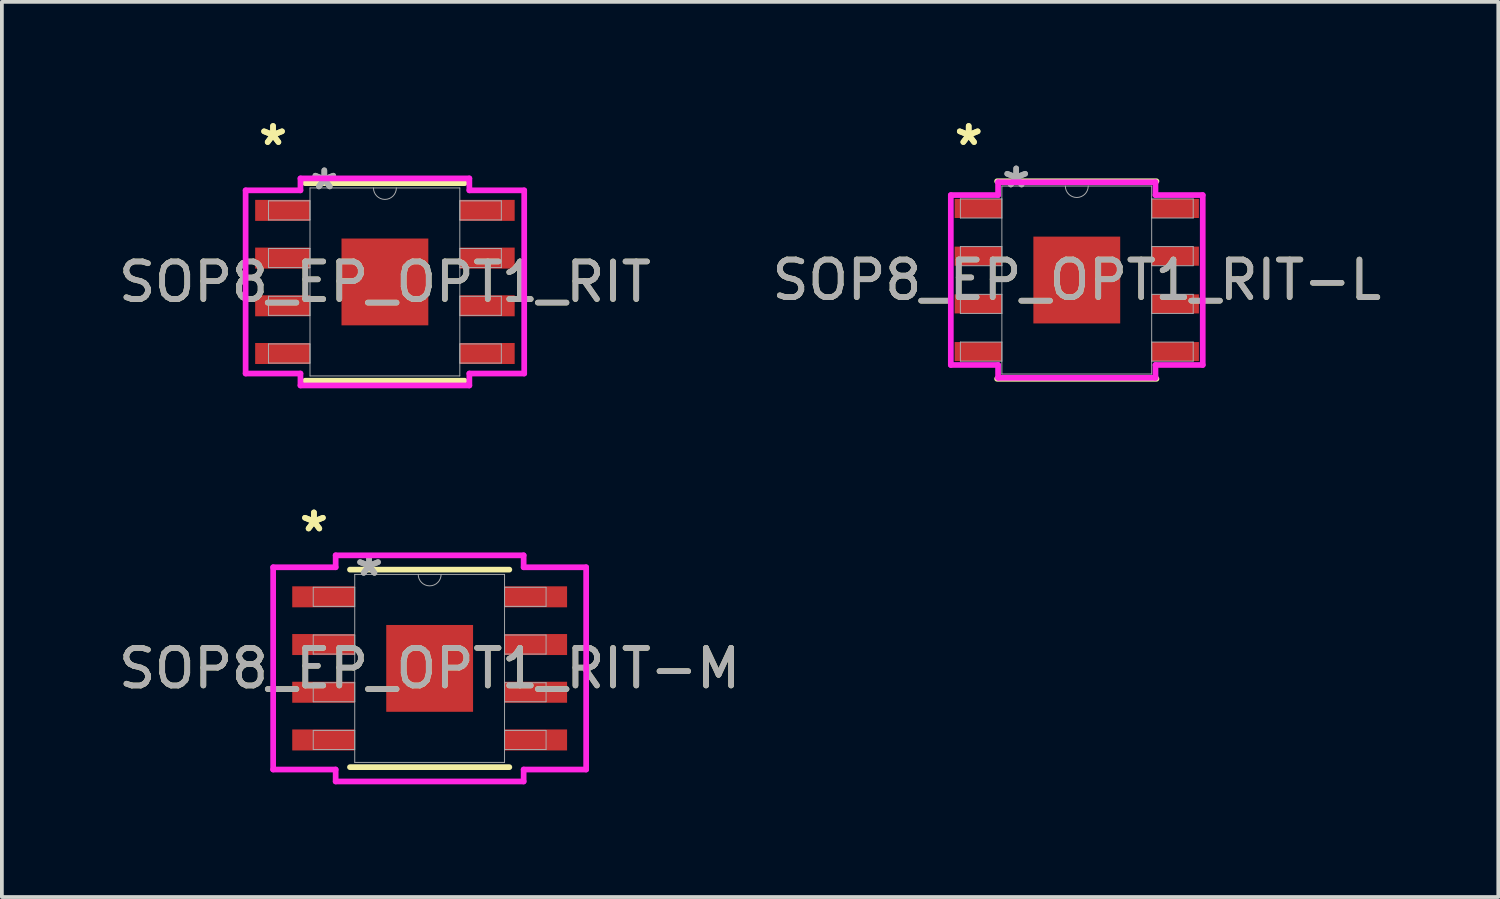
<source format=kicad_pcb>
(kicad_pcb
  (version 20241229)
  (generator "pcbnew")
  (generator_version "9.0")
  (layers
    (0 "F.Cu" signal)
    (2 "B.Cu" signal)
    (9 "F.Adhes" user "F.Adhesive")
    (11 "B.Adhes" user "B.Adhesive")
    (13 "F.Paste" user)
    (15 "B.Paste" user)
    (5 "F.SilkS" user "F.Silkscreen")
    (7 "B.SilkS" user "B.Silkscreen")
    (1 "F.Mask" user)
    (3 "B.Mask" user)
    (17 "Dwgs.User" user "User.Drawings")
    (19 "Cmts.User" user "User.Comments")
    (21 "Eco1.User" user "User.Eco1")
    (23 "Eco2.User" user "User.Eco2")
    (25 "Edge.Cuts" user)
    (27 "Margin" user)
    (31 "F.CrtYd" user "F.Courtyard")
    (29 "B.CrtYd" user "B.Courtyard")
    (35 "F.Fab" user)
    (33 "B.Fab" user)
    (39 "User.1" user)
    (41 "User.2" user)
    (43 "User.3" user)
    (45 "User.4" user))
  (footprint "SOP8_EP_OPT1_RIT-M"
    (layer "F.Cu")
    (at 8.387 14.742)
    (property "Reference" "SOP8_EP_OPT1_RIT-M" (at 0 0 0) (unlocked yes) (layer "F.SilkS") (effects (font (size 1 1) (thickness 0.15))))
    (attr smd)
    (fp_line (start -2.121 2.629) (end 2.121 2.629) (stroke (width 0.152) (type solid)) (layer "F.SilkS"))
    (fp_line (start 2.121 -2.629) (end -2.121 -2.629) (stroke (width 0.152) (type solid)) (layer "F.SilkS"))
    (fp_line (start -4.166 -2.692) (end -2.502 -2.692) (stroke (width 0.152) (type solid)) (layer "F.CrtYd"))
    (fp_line (start -4.166 2.692) (end -4.166 -2.692) (stroke (width 0.152) (type solid)) (layer "F.CrtYd"))
    (fp_line (start -4.166 2.692) (end -2.502 2.692) (stroke (width 0.152) (type solid)) (layer "F.CrtYd"))
    (fp_line (start -2.502 -3.01) (end 2.502 -3.01) (stroke (width 0.152) (type solid)) (layer "F.CrtYd"))
    (fp_line (start -2.502 -2.692) (end -2.502 -3.01) (stroke (width 0.152) (type solid)) (layer "F.CrtYd"))
    (fp_line (start -2.502 3.01) (end -2.502 2.692) (stroke (width 0.152) (type solid)) (layer "F.CrtYd"))
    (fp_line (start 2.502 -3.01) (end 2.502 -2.692) (stroke (width 0.152) (type solid)) (layer "F.CrtYd"))
    (fp_line (start 2.502 2.692) (end 2.502 3.01) (stroke (width 0.152) (type solid)) (layer "F.CrtYd"))
    (fp_line (start 2.502 3.01) (end -2.502 3.01) (stroke (width 0.152) (type solid)) (layer "F.CrtYd"))
    (fp_line (start 4.166 -2.692) (end 2.502 -2.692) (stroke (width 0.152) (type solid)) (layer "F.CrtYd"))
    (fp_line (start 4.166 -2.692) (end 4.166 2.692) (stroke (width 0.152) (type solid)) (layer "F.CrtYd"))
    (fp_line (start 4.166 2.692) (end 2.502 2.692) (stroke (width 0.152) (type solid)) (layer "F.CrtYd"))
    (fp_line (start -3.099 -2.159) (end -3.099 -1.651) (stroke (width 0.025) (type solid)) (layer "F.Fab"))
    (fp_line (start -3.099 -1.651) (end -1.994 -1.651) (stroke (width 0.025) (type solid)) (layer "F.Fab"))
    (fp_line (start -3.099 -0.889) (end -3.099 -0.381) (stroke (width 0.025) (type solid)) (layer "F.Fab"))
    (fp_line (start -3.099 -0.381) (end -1.994 -0.381) (stroke (width 0.025) (type solid)) (layer "F.Fab"))
    (fp_line (start -3.099 0.381) (end -3.099 0.889) (stroke (width 0.025) (type solid)) (layer "F.Fab"))
    (fp_line (start -3.099 0.889) (end -1.994 0.889) (stroke (width 0.025) (type solid)) (layer "F.Fab"))
    (fp_line (start -3.099 1.651) (end -3.099 2.159) (stroke (width 0.025) (type solid)) (layer "F.Fab"))
    (fp_line (start -3.099 2.159) (end -1.994 2.159) (stroke (width 0.025) (type solid)) (layer "F.Fab"))
    (fp_line (start -1.994 -2.502) (end -1.994 2.502) (stroke (width 0.025) (type solid)) (layer "F.Fab"))
    (fp_line (start -1.994 -2.159) (end -3.099 -2.159) (stroke (width 0.025) (type solid)) (layer "F.Fab"))
    (fp_line (start -1.994 -1.651) (end -1.994 -2.159) (stroke (width 0.025) (type solid)) (layer "F.Fab"))
    (fp_line (start -1.994 -0.889) (end -3.099 -0.889) (stroke (width 0.025) (type solid)) (layer "F.Fab"))
    (fp_line (start -1.994 -0.381) (end -1.994 -0.889) (stroke (width 0.025) (type solid)) (layer "F.Fab"))
    (fp_line (start -1.994 0.381) (end -3.099 0.381) (stroke (width 0.025) (type solid)) (layer "F.Fab"))
    (fp_line (start -1.994 0.889) (end -1.994 0.381) (stroke (width 0.025) (type solid)) (layer "F.Fab"))
    (fp_line (start -1.994 1.651) (end -3.099 1.651) (stroke (width 0.025) (type solid)) (layer "F.Fab"))
    (fp_line (start -1.994 2.159) (end -1.994 1.651) (stroke (width 0.025) (type solid)) (layer "F.Fab"))
    (fp_line (start -1.994 2.502) (end 1.994 2.502) (stroke (width 0.025) (type solid)) (layer "F.Fab"))
    (fp_line (start 1.994 -2.502) (end -1.994 -2.502) (stroke (width 0.025) (type solid)) (layer "F.Fab"))
    (fp_line (start 1.994 -2.159) (end 1.994 -1.651) (stroke (width 0.025) (type solid)) (layer "F.Fab"))
    (fp_line (start 1.994 -1.651) (end 3.099 -1.651) (stroke (width 0.025) (type solid)) (layer "F.Fab"))
    (fp_line (start 1.994 -0.889) (end 1.994 -0.381) (stroke (width 0.025) (type solid)) (layer "F.Fab"))
    (fp_line (start 1.994 -0.381) (end 3.099 -0.381) (stroke (width 0.025) (type solid)) (layer "F.Fab"))
    (fp_line (start 1.994 0.381) (end 1.994 0.889) (stroke (width 0.025) (type solid)) (layer "F.Fab"))
    (fp_line (start 1.994 0.889) (end 3.099 0.889) (stroke (width 0.025) (type solid)) (layer "F.Fab"))
    (fp_line (start 1.994 1.651) (end 1.994 2.159) (stroke (width 0.025) (type solid)) (layer "F.Fab"))
    (fp_line (start 1.994 2.159) (end 3.099 2.159) (stroke (width 0.025) (type solid)) (layer "F.Fab"))
    (fp_line (start 1.994 2.502) (end 1.994 -2.502) (stroke (width 0.025) (type solid)) (layer "F.Fab"))
    (fp_line (start 3.099 -2.159) (end 1.994 -2.159) (stroke (width 0.025) (type solid)) (layer "F.Fab"))
    (fp_line (start 3.099 -1.651) (end 3.099 -2.159) (stroke (width 0.025) (type solid)) (layer "F.Fab"))
    (fp_line (start 3.099 -0.889) (end 1.994 -0.889) (stroke (width 0.025) (type solid)) (layer "F.Fab"))
    (fp_line (start 3.099 -0.381) (end 3.099 -0.889) (stroke (width 0.025) (type solid)) (layer "F.Fab"))
    (fp_line (start 3.099 0.381) (end 1.994 0.381) (stroke (width 0.025) (type solid)) (layer "F.Fab"))
    (fp_line (start 3.099 0.889) (end 3.099 0.381) (stroke (width 0.025) (type solid)) (layer "F.Fab"))
    (fp_line (start 3.099 1.651) (end 1.994 1.651) (stroke (width 0.025) (type solid)) (layer "F.Fab"))
    (fp_line (start 3.099 2.159) (end 3.099 1.651) (stroke (width 0.025) (type solid)) (layer "F.Fab"))
    (fp_arc (start 0.3048 -2.5019) (mid 0 -2.1971) (end -0.3048 -2.5019) (stroke (width 0.0254) (type solid)) (layer "F.Fab"))
    (fp_text user "*" (at -3.08 -3.607 0) (layer "F.SilkS") (effects (font (size 1 1) (thickness 0.15))))
    (fp_text user "*" (at -3.08 -3.607 0) (unlocked yes) (layer "F.SilkS") (effects (font (size 1 1) (thickness 0.15))))
    (fp_text user "*" (at -1.613 -2.426 0) (layer "F.Fab") (effects (font (size 1 1) (thickness 0.15))))
    (fp_text user "*" (at -1.613 -2.426 0) (unlocked yes) (layer "F.Fab") (effects (font (size 1 1) (thickness 0.15))))
    (fp_text user "${REFERENCE}" (at 0 0 0) (unlocked yes) (layer "F.Fab") (effects (font (size 1 1) (thickness 0.15))))
    (pad "1" smd rect (at -2.826 -1.905) (size 1.664 0.559) (layers "F.Cu" "F.Mask" "F.Paste"))
    (pad "2" smd rect (at -2.826 -0.635) (size 1.664 0.559) (layers "F.Cu" "F.Mask" "F.Paste"))
    (pad "3" smd rect (at -2.826 0.635) (size 1.664 0.559) (layers "F.Cu" "F.Mask" "F.Paste"))
    (pad "4" smd rect (at -2.826 1.905) (size 1.664 0.559) (layers "F.Cu" "F.Mask" "F.Paste"))
    (pad "5" smd rect (at 2.826 1.905) (size 1.664 0.559) (layers "F.Cu" "F.Mask" "F.Paste"))
    (pad "6" smd rect (at 2.826 0.635) (size 1.664 0.559) (layers "F.Cu" "F.Mask" "F.Paste"))
    (pad "7" smd rect (at 2.826 -0.635) (size 1.664 0.559) (layers "F.Cu" "F.Mask" "F.Paste"))
    (pad "8" smd rect (at 2.826 -1.905) (size 1.664 0.559) (layers "F.Cu" "F.Mask" "F.Paste"))
    (pad "EPAD" smd rect (at 0 0) (size 2.311 2.311) (layers "F.Cu" "F.Mask" "F.Paste")))
  (footprint "SOP8_EP_OPT1_RIT-L"
    (layer "F.Cu")
    (at 25.613 4.404)
    (property "Reference" "SOP8_EP_OPT1_RIT-L" (at 0 0 0) (unlocked yes) (layer "F.SilkS") (effects (font (size 1 1) (thickness 0.15))))
    (attr smd)
    (fp_line (start -2.121 2.629) (end 2.121 2.629) (stroke (width 0.152) (type solid)) (layer "F.SilkS"))
    (fp_line (start 2.121 -2.629) (end -2.121 -2.629) (stroke (width 0.152) (type solid)) (layer "F.SilkS"))
    (fp_line (start -3.353 -2.261) (end -2.095 -2.261) (stroke (width 0.152) (type solid)) (layer "F.CrtYd"))
    (fp_line (start -3.353 2.261) (end -3.353 -2.261) (stroke (width 0.152) (type solid)) (layer "F.CrtYd"))
    (fp_line (start -3.353 2.261) (end -2.095 2.261) (stroke (width 0.152) (type solid)) (layer "F.CrtYd"))
    (fp_line (start -2.095 -2.603) (end 2.095 -2.603) (stroke (width 0.152) (type solid)) (layer "F.CrtYd"))
    (fp_line (start -2.095 -2.261) (end -2.095 -2.603) (stroke (width 0.152) (type solid)) (layer "F.CrtYd"))
    (fp_line (start -2.095 2.603) (end -2.095 2.261) (stroke (width 0.152) (type solid)) (layer "F.CrtYd"))
    (fp_line (start 2.095 -2.603) (end 2.095 -2.261) (stroke (width 0.152) (type solid)) (layer "F.CrtYd"))
    (fp_line (start 2.095 2.261) (end 2.095 2.603) (stroke (width 0.152) (type solid)) (layer "F.CrtYd"))
    (fp_line (start 2.095 2.603) (end -2.095 2.603) (stroke (width 0.152) (type solid)) (layer "F.CrtYd"))
    (fp_line (start 3.353 -2.261) (end 2.095 -2.261) (stroke (width 0.152) (type solid)) (layer "F.CrtYd"))
    (fp_line (start 3.353 -2.261) (end 3.353 2.261) (stroke (width 0.152) (type solid)) (layer "F.CrtYd"))
    (fp_line (start 3.353 2.261) (end 2.095 2.261) (stroke (width 0.152) (type solid)) (layer "F.CrtYd"))
    (fp_line (start -3.099 -2.159) (end -3.099 -1.651) (stroke (width 0.025) (type solid)) (layer "F.Fab"))
    (fp_line (start -3.099 -1.651) (end -1.994 -1.651) (stroke (width 0.025) (type solid)) (layer "F.Fab"))
    (fp_line (start -3.099 -0.889) (end -3.099 -0.381) (stroke (width 0.025) (type solid)) (layer "F.Fab"))
    (fp_line (start -3.099 -0.381) (end -1.994 -0.381) (stroke (width 0.025) (type solid)) (layer "F.Fab"))
    (fp_line (start -3.099 0.381) (end -3.099 0.889) (stroke (width 0.025) (type solid)) (layer "F.Fab"))
    (fp_line (start -3.099 0.889) (end -1.994 0.889) (stroke (width 0.025) (type solid)) (layer "F.Fab"))
    (fp_line (start -3.099 1.651) (end -3.099 2.159) (stroke (width 0.025) (type solid)) (layer "F.Fab"))
    (fp_line (start -3.099 2.159) (end -1.994 2.159) (stroke (width 0.025) (type solid)) (layer "F.Fab"))
    (fp_line (start -1.994 -2.502) (end -1.994 2.502) (stroke (width 0.025) (type solid)) (layer "F.Fab"))
    (fp_line (start -1.994 -2.159) (end -3.099 -2.159) (stroke (width 0.025) (type solid)) (layer "F.Fab"))
    (fp_line (start -1.994 -1.651) (end -1.994 -2.159) (stroke (width 0.025) (type solid)) (layer "F.Fab"))
    (fp_line (start -1.994 -0.889) (end -3.099 -0.889) (stroke (width 0.025) (type solid)) (layer "F.Fab"))
    (fp_line (start -1.994 -0.381) (end -1.994 -0.889) (stroke (width 0.025) (type solid)) (layer "F.Fab"))
    (fp_line (start -1.994 0.381) (end -3.099 0.381) (stroke (width 0.025) (type solid)) (layer "F.Fab"))
    (fp_line (start -1.994 0.889) (end -1.994 0.381) (stroke (width 0.025) (type solid)) (layer "F.Fab"))
    (fp_line (start -1.994 1.651) (end -3.099 1.651) (stroke (width 0.025) (type solid)) (layer "F.Fab"))
    (fp_line (start -1.994 2.159) (end -1.994 1.651) (stroke (width 0.025) (type solid)) (layer "F.Fab"))
    (fp_line (start -1.994 2.502) (end 1.994 2.502) (stroke (width 0.025) (type solid)) (layer "F.Fab"))
    (fp_line (start 1.994 -2.502) (end -1.994 -2.502) (stroke (width 0.025) (type solid)) (layer "F.Fab"))
    (fp_line (start 1.994 -2.159) (end 1.994 -1.651) (stroke (width 0.025) (type solid)) (layer "F.Fab"))
    (fp_line (start 1.994 -1.651) (end 3.099 -1.651) (stroke (width 0.025) (type solid)) (layer "F.Fab"))
    (fp_line (start 1.994 -0.889) (end 1.994 -0.381) (stroke (width 0.025) (type solid)) (layer "F.Fab"))
    (fp_line (start 1.994 -0.381) (end 3.099 -0.381) (stroke (width 0.025) (type solid)) (layer "F.Fab"))
    (fp_line (start 1.994 0.381) (end 1.994 0.889) (stroke (width 0.025) (type solid)) (layer "F.Fab"))
    (fp_line (start 1.994 0.889) (end 3.099 0.889) (stroke (width 0.025) (type solid)) (layer "F.Fab"))
    (fp_line (start 1.994 1.651) (end 1.994 2.159) (stroke (width 0.025) (type solid)) (layer "F.Fab"))
    (fp_line (start 1.994 2.159) (end 3.099 2.159) (stroke (width 0.025) (type solid)) (layer "F.Fab"))
    (fp_line (start 1.994 2.502) (end 1.994 -2.502) (stroke (width 0.025) (type solid)) (layer "F.Fab"))
    (fp_line (start 3.099 -2.159) (end 1.994 -2.159) (stroke (width 0.025) (type solid)) (layer "F.Fab"))
    (fp_line (start 3.099 -1.651) (end 3.099 -2.159) (stroke (width 0.025) (type solid)) (layer "F.Fab"))
    (fp_line (start 3.099 -0.889) (end 1.994 -0.889) (stroke (width 0.025) (type solid)) (layer "F.Fab"))
    (fp_line (start 3.099 -0.381) (end 3.099 -0.889) (stroke (width 0.025) (type solid)) (layer "F.Fab"))
    (fp_line (start 3.099 0.381) (end 1.994 0.381) (stroke (width 0.025) (type solid)) (layer "F.Fab"))
    (fp_line (start 3.099 0.889) (end 3.099 0.381) (stroke (width 0.025) (type solid)) (layer "F.Fab"))
    (fp_line (start 3.099 1.651) (end 1.994 1.651) (stroke (width 0.025) (type solid)) (layer "F.Fab"))
    (fp_line (start 3.099 2.159) (end 3.099 1.651) (stroke (width 0.025) (type solid)) (layer "F.Fab"))
    (fp_arc (start 0.3048 -2.5019) (mid 0 -2.1971) (end -0.3048 -2.5019) (stroke (width 0.0254) (type solid)) (layer "F.Fab"))
    (fp_text user "*" (at -2.877 -3.556 0) (unlocked yes) (layer "F.SilkS") (effects (font (size 1 1) (thickness 0.15))))
    (fp_text user "*" (at -2.877 -3.556 0) (layer "F.SilkS") (effects (font (size 1 1) (thickness 0.15))))
    (fp_text user "${REFERENCE}" (at 0 0 0) (unlocked yes) (layer "F.Fab") (effects (font (size 1 1) (thickness 0.15))))
    (fp_text user "*" (at -1.613 -2.426 0) (layer "F.Fab") (effects (font (size 1 1) (thickness 0.15))))
    (fp_text user "*" (at -1.613 -2.426 0) (unlocked yes) (layer "F.Fab") (effects (font (size 1 1) (thickness 0.15))))
    (pad "1" smd rect (at -2.623 -1.905) (size 1.257 0.508) (layers "F.Cu" "F.Mask" "F.Paste"))
    (pad "2" smd rect (at -2.623 -0.635) (size 1.257 0.508) (layers "F.Cu" "F.Mask" "F.Paste"))
    (pad "3" smd rect (at -2.623 0.635) (size 1.257 0.508) (layers "F.Cu" "F.Mask" "F.Paste"))
    (pad "4" smd rect (at -2.623 1.905) (size 1.257 0.508) (layers "F.Cu" "F.Mask" "F.Paste"))
    (pad "5" smd rect (at 2.623 1.905) (size 1.257 0.508) (layers "F.Cu" "F.Mask" "F.Paste"))
    (pad "6" smd rect (at 2.623 0.635) (size 1.257 0.508) (layers "F.Cu" "F.Mask" "F.Paste"))
    (pad "7" smd rect (at 2.623 -0.635) (size 1.257 0.508) (layers "F.Cu" "F.Mask" "F.Paste"))
    (pad "8" smd rect (at 2.623 -1.905) (size 1.257 0.508) (layers "F.Cu" "F.Mask" "F.Paste"))
    (pad "EPAD" smd rect (at 0 0) (size 2.311 2.311) (layers "F.Cu" "F.Mask" "F.Paste")))
  (footprint "SOP8_EP_OPT1_RIT"
    (layer "F.Cu")
    (at 7.196 4.455)
    (property "Reference" "SOP8_EP_OPT1_RIT" (at 0 0 0) (unlocked yes) (layer "F.SilkS") (effects (font (size 1 1) (thickness 0.15))))
    (attr smd)
    (fp_line (start -2.121 2.629) (end 2.121 2.629) (stroke (width 0.152) (type solid)) (layer "F.SilkS"))
    (fp_line (start 2.121 -2.629) (end -2.121 -2.629) (stroke (width 0.152) (type solid)) (layer "F.SilkS"))
    (fp_line (start -3.708 -2.438) (end -2.248 -2.438) (stroke (width 0.152) (type solid)) (layer "F.CrtYd"))
    (fp_line (start -3.708 2.438) (end -3.708 -2.438) (stroke (width 0.152) (type solid)) (layer "F.CrtYd"))
    (fp_line (start -3.708 2.438) (end -2.248 2.438) (stroke (width 0.152) (type solid)) (layer "F.CrtYd"))
    (fp_line (start -2.248 -2.756) (end 2.248 -2.756) (stroke (width 0.152) (type solid)) (layer "F.CrtYd"))
    (fp_line (start -2.248 -2.438) (end -2.248 -2.756) (stroke (width 0.152) (type solid)) (layer "F.CrtYd"))
    (fp_line (start -2.248 2.756) (end -2.248 2.438) (stroke (width 0.152) (type solid)) (layer "F.CrtYd"))
    (fp_line (start 2.248 -2.756) (end 2.248 -2.438) (stroke (width 0.152) (type solid)) (layer "F.CrtYd"))
    (fp_line (start 2.248 2.438) (end 2.248 2.756) (stroke (width 0.152) (type solid)) (layer "F.CrtYd"))
    (fp_line (start 2.248 2.756) (end -2.248 2.756) (stroke (width 0.152) (type solid)) (layer "F.CrtYd"))
    (fp_line (start 3.708 -2.438) (end 2.248 -2.438) (stroke (width 0.152) (type solid)) (layer "F.CrtYd"))
    (fp_line (start 3.708 -2.438) (end 3.708 2.438) (stroke (width 0.152) (type solid)) (layer "F.CrtYd"))
    (fp_line (start 3.708 2.438) (end 2.248 2.438) (stroke (width 0.152) (type solid)) (layer "F.CrtYd"))
    (fp_line (start -3.099 -2.159) (end -3.099 -1.651) (stroke (width 0.025) (type solid)) (layer "F.Fab"))
    (fp_line (start -3.099 -1.651) (end -1.994 -1.651) (stroke (width 0.025) (type solid)) (layer "F.Fab"))
    (fp_line (start -3.099 -0.889) (end -3.099 -0.381) (stroke (width 0.025) (type solid)) (layer "F.Fab"))
    (fp_line (start -3.099 -0.381) (end -1.994 -0.381) (stroke (width 0.025) (type solid)) (layer "F.Fab"))
    (fp_line (start -3.099 0.381) (end -3.099 0.889) (stroke (width 0.025) (type solid)) (layer "F.Fab"))
    (fp_line (start -3.099 0.889) (end -1.994 0.889) (stroke (width 0.025) (type solid)) (layer "F.Fab"))
    (fp_line (start -3.099 1.651) (end -3.099 2.159) (stroke (width 0.025) (type solid)) (layer "F.Fab"))
    (fp_line (start -3.099 2.159) (end -1.994 2.159) (stroke (width 0.025) (type solid)) (layer "F.Fab"))
    (fp_line (start -1.994 -2.502) (end -1.994 2.502) (stroke (width 0.025) (type solid)) (layer "F.Fab"))
    (fp_line (start -1.994 -2.159) (end -3.099 -2.159) (stroke (width 0.025) (type solid)) (layer "F.Fab"))
    (fp_line (start -1.994 -1.651) (end -1.994 -2.159) (stroke (width 0.025) (type solid)) (layer "F.Fab"))
    (fp_line (start -1.994 -0.889) (end -3.099 -0.889) (stroke (width 0.025) (type solid)) (layer "F.Fab"))
    (fp_line (start -1.994 -0.381) (end -1.994 -0.889) (stroke (width 0.025) (type solid)) (layer "F.Fab"))
    (fp_line (start -1.994 0.381) (end -3.099 0.381) (stroke (width 0.025) (type solid)) (layer "F.Fab"))
    (fp_line (start -1.994 0.889) (end -1.994 0.381) (stroke (width 0.025) (type solid)) (layer "F.Fab"))
    (fp_line (start -1.994 1.651) (end -3.099 1.651) (stroke (width 0.025) (type solid)) (layer "F.Fab"))
    (fp_line (start -1.994 2.159) (end -1.994 1.651) (stroke (width 0.025) (type solid)) (layer "F.Fab"))
    (fp_line (start -1.994 2.502) (end 1.994 2.502) (stroke (width 0.025) (type solid)) (layer "F.Fab"))
    (fp_line (start 1.994 -2.502) (end -1.994 -2.502) (stroke (width 0.025) (type solid)) (layer "F.Fab"))
    (fp_line (start 1.994 -2.159) (end 1.994 -1.651) (stroke (width 0.025) (type solid)) (layer "F.Fab"))
    (fp_line (start 1.994 -1.651) (end 3.099 -1.651) (stroke (width 0.025) (type solid)) (layer "F.Fab"))
    (fp_line (start 1.994 -0.889) (end 1.994 -0.381) (stroke (width 0.025) (type solid)) (layer "F.Fab"))
    (fp_line (start 1.994 -0.381) (end 3.099 -0.381) (stroke (width 0.025) (type solid)) (layer "F.Fab"))
    (fp_line (start 1.994 0.381) (end 1.994 0.889) (stroke (width 0.025) (type solid)) (layer "F.Fab"))
    (fp_line (start 1.994 0.889) (end 3.099 0.889) (stroke (width 0.025) (type solid)) (layer "F.Fab"))
    (fp_line (start 1.994 1.651) (end 1.994 2.159) (stroke (width 0.025) (type solid)) (layer "F.Fab"))
    (fp_line (start 1.994 2.159) (end 3.099 2.159) (stroke (width 0.025) (type solid)) (layer "F.Fab"))
    (fp_line (start 1.994 2.502) (end 1.994 -2.502) (stroke (width 0.025) (type solid)) (layer "F.Fab"))
    (fp_line (start 3.099 -2.159) (end 1.994 -2.159) (stroke (width 0.025) (type solid)) (layer "F.Fab"))
    (fp_line (start 3.099 -1.651) (end 3.099 -2.159) (stroke (width 0.025) (type solid)) (layer "F.Fab"))
    (fp_line (start 3.099 -0.889) (end 1.994 -0.889) (stroke (width 0.025) (type solid)) (layer "F.Fab"))
    (fp_line (start 3.099 -0.381) (end 3.099 -0.889) (stroke (width 0.025) (type solid)) (layer "F.Fab"))
    (fp_line (start 3.099 0.381) (end 1.994 0.381) (stroke (width 0.025) (type solid)) (layer "F.Fab"))
    (fp_line (start 3.099 0.889) (end 3.099 0.381) (stroke (width 0.025) (type solid)) (layer "F.Fab"))
    (fp_line (start 3.099 1.651) (end 1.994 1.651) (stroke (width 0.025) (type solid)) (layer "F.Fab"))
    (fp_line (start 3.099 2.159) (end 3.099 1.651) (stroke (width 0.025) (type solid)) (layer "F.Fab"))
    (fp_arc (start 0.3048 -2.5019) (mid 0 -2.1971) (end -0.3048 -2.5019) (stroke (width 0.0254) (type solid)) (layer "F.Fab"))
    (fp_text user "*" (at -2.978 -3.607 0) (unlocked yes) (layer "F.SilkS") (effects (font (size 1 1) (thickness 0.15))))
    (fp_text user "*" (at -2.978 -3.607 0) (layer "F.SilkS") (effects (font (size 1 1) (thickness 0.15))))
    (fp_text user "*" (at -1.613 -2.426 0) (unlocked yes) (layer "F.Fab") (effects (font (size 1 1) (thickness 0.15))))
    (fp_text user "${REFERENCE}" (at 0 0 0) (unlocked yes) (layer "F.Fab") (effects (font (size 1 1) (thickness 0.15))))
    (fp_text user "*" (at -1.613 -2.426 0) (layer "F.Fab") (effects (font (size 1 1) (thickness 0.15))))
    (pad "1" smd rect (at -2.724 -1.905) (size 1.46 0.559) (layers "F.Cu" "F.Mask" "F.Paste"))
    (pad "2" smd rect (at -2.724 -0.635) (size 1.46 0.559) (layers "F.Cu" "F.Mask" "F.Paste"))
    (pad "3" smd rect (at -2.724 0.635) (size 1.46 0.559) (layers "F.Cu" "F.Mask" "F.Paste"))
    (pad "4" smd rect (at -2.724 1.905) (size 1.46 0.559) (layers "F.Cu" "F.Mask" "F.Paste"))
    (pad "5" smd rect (at 2.724 1.905) (size 1.46 0.559) (layers "F.Cu" "F.Mask" "F.Paste"))
    (pad "6" smd rect (at 2.724 0.635) (size 1.46 0.559) (layers "F.Cu" "F.Mask" "F.Paste"))
    (pad "7" smd rect (at 2.724 -0.635) (size 1.46 0.559) (layers "F.Cu" "F.Mask" "F.Paste"))
    (pad "8" smd rect (at 2.724 -1.905) (size 1.46 0.559) (layers "F.Cu" "F.Mask" "F.Paste"))
    (pad "EPAD" smd rect (at 0 0) (size 2.311 2.311) (layers "F.Cu" "F.Mask" "F.Paste")))
  (gr_rect
    (start -3 -3)
    (end 36.833 20.828)
    (stroke (width 0.1) (type default))
    (fill no)
    (layer "Edge.Cuts")))
</source>
